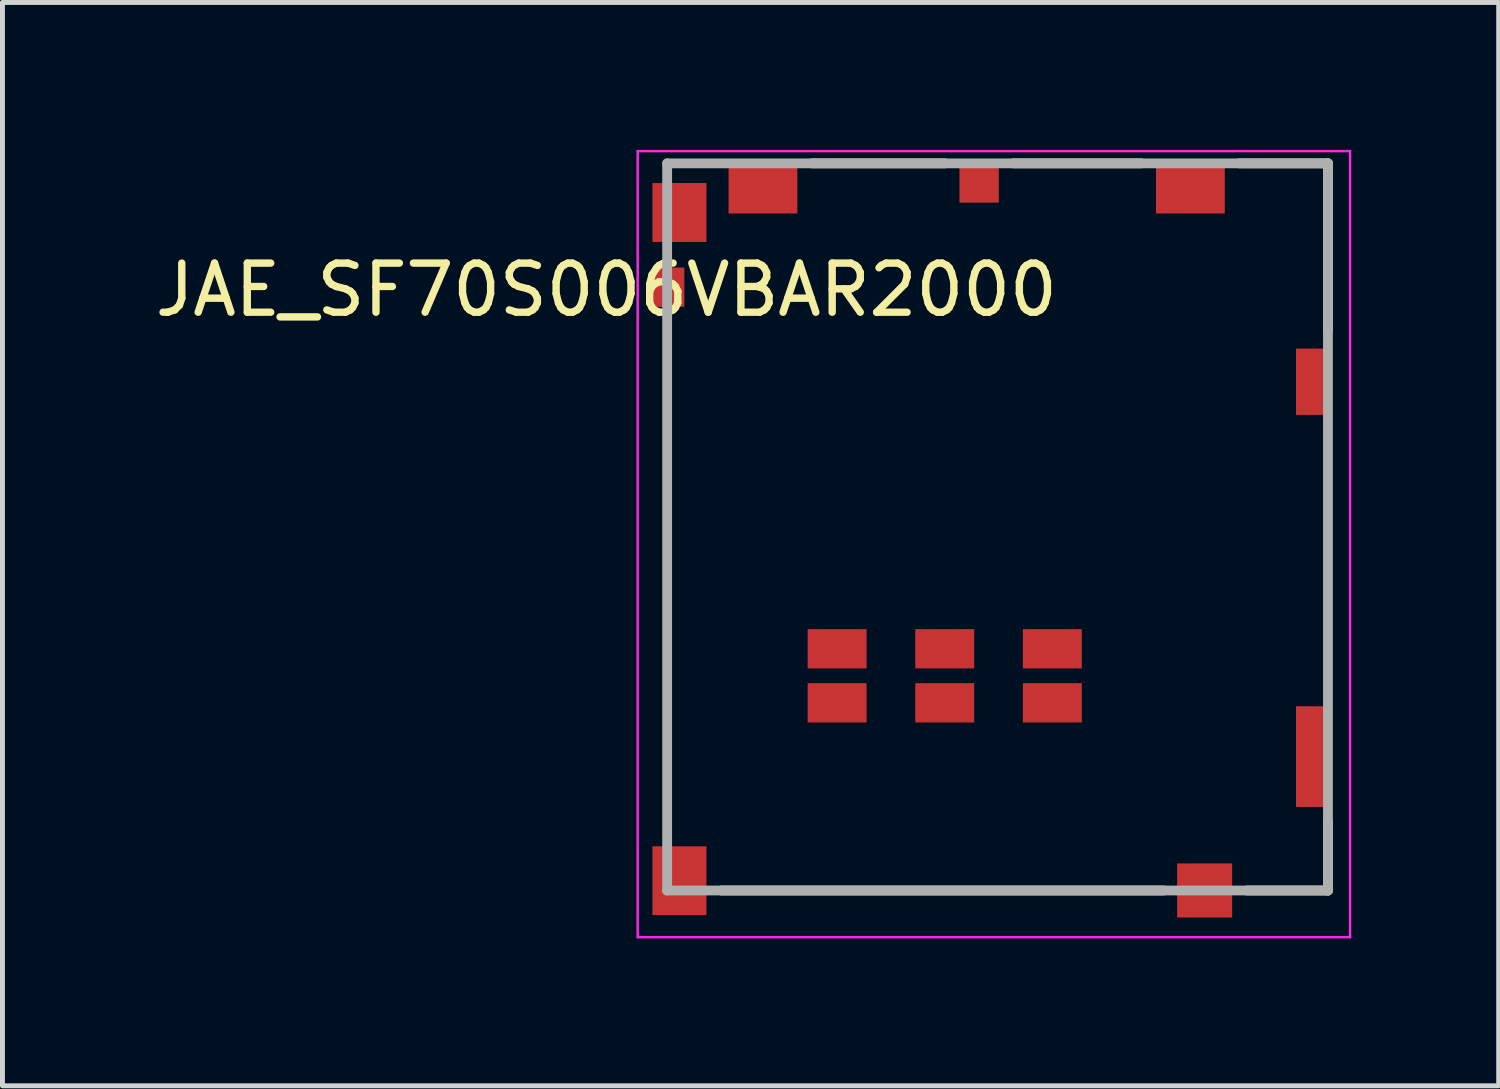
<source format=kicad_pcb>
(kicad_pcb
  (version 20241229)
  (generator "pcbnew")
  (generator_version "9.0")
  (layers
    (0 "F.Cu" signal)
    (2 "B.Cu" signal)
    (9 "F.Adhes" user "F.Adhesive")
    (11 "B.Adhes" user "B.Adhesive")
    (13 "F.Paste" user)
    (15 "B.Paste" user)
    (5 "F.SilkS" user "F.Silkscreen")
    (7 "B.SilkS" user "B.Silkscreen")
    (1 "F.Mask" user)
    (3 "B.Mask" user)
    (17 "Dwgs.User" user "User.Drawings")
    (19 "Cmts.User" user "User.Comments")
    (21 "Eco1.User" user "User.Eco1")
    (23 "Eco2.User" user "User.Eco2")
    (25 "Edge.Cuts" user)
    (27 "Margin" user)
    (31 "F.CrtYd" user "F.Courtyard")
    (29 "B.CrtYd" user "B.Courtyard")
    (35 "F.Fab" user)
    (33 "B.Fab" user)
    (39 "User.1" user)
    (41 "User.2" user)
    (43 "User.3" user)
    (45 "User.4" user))
  (footprint "JAE_SF70S006VBAR2000"
    (layer "F.Cu")
    (at 16.179 0.275)
    (property "Reference" "JAE_SF70S006VBAR2000" (at -6.886 2.575 180) (layer "F.SilkS") (effects (font (size 1 1) (thickness 0.15))))
    (attr smd)
    (fp_line (start -2.7 0) (end 0 0) (stroke (width 0.2) (type solid)) (layer "F.SilkS"))
    (fp_line (start 1.4 0) (end 4 0) (stroke (width 0.2) (type solid)) (layer "F.SilkS"))
    (fp_line (start 4.45 14.8) (end -4.55 14.8) (stroke (width 0.2) (type solid)) (layer "F.SilkS"))
    (fp_line (start 6 0) (end 7.8 0) (stroke (width 0.2) (type solid)) (layer "F.SilkS"))
    (fp_line (start 7.8 0) (end 7.8 3.4) (stroke (width 0.2) (type solid)) (layer "F.SilkS"))
    (fp_line (start 7.8 13.4) (end 7.8 14.8) (stroke (width 0.2) (type solid)) (layer "F.SilkS"))
    (fp_line (start 7.8 14.8) (end 6.15 14.8) (stroke (width 0.2) (type solid)) (layer "F.SilkS"))
    (fp_line (start -6.25 -0.25) (end 8.25 -0.25) (stroke (width 0.05) (type solid)) (layer "F.CrtYd"))
    (fp_line (start -6.25 15.75) (end -6.25 -0.25) (stroke (width 0.05) (type solid)) (layer "F.CrtYd"))
    (fp_line (start 8.25 -0.25) (end 8.25 15.75) (stroke (width 0.05) (type solid)) (layer "F.CrtYd"))
    (fp_line (start 8.25 15.75) (end -6.25 15.75) (stroke (width 0.05) (type solid)) (layer "F.CrtYd"))
    (fp_line (start -5.65 0) (end 7.8 0) (stroke (width 0.2) (type solid)) (layer "F.Fab"))
    (fp_line (start -5.65 14.8) (end -5.65 0) (stroke (width 0.2) (type solid)) (layer "F.Fab"))
    (fp_line (start 7.8 0) (end 7.8 14.8) (stroke (width 0.2) (type solid)) (layer "F.Fab"))
    (fp_line (start 7.8 14.8) (end -5.65 14.8) (stroke (width 0.2) (type solid)) (layer "F.Fab"))
    (pad "C1" smd rect (at -2.19 9.88) (size 1.2 0.8) (layers "F.Cu" "F.Mask" "F.Paste"))
    (pad "C2" smd rect (at 0 9.88) (size 1.2 0.8) (layers "F.Cu" "F.Mask" "F.Paste"))
    (pad "C3" smd rect (at 2.19 9.88) (size 1.2 0.8) (layers "F.Cu" "F.Mask" "F.Paste"))
    (pad "C5" smd rect (at -2.19 10.98) (size 1.2 0.8) (layers "F.Cu" "F.Mask" "F.Paste"))
    (pad "C6" smd rect (at 0 10.98) (size 1.2 0.8) (layers "F.Cu" "F.Mask" "F.Paste"))
    (pad "C7" smd rect (at 2.19 10.98) (size 1.2 0.8) (layers "F.Cu" "F.Mask" "F.Paste"))
    (pad "DSW1" smd rect (at -5.625 2.52) (size 0.65 0.8) (layers "F.Cu" "F.Mask" "F.Paste"))
    (pad "DSW2" smd rect (at 0.7 0.4) (size 0.8 0.8) (layers "F.Cu" "F.Mask" "F.Paste"))
    (pad "HD1" smd rect (at -5.4 14.6) (size 1.1 1.4) (layers "F.Cu" "F.Mask" "F.Paste"))
    (pad "HD2" smd rect (at -5.4 1) (size 1.1 1.2) (layers "F.Cu" "F.Mask" "F.Paste"))
    (pad "HD3" smd rect (at -3.7 0.51) (size 1.4 1.02) (layers "F.Cu" "F.Mask" "F.Paste"))
    (pad "HD4" smd rect (at 5 0.51) (size 1.4 1.02) (layers "F.Cu" "F.Mask" "F.Paste"))
    (pad "HD5" smd rect (at 7.5 4.445) (size 0.7 1.35) (layers "F.Cu" "F.Mask" "F.Paste"))
    (pad "HD6" smd rect (at 7.5 12.075) (size 0.7 2.05) (layers "F.Cu" "F.Mask" "F.Paste"))
    (pad "HD7" smd rect (at 5.29 14.8) (size 1.12 1.1) (layers "F.Cu" "F.Mask" "F.Paste"))
    (zone (net_name "") (layer "F.Cu") (hatch full 0.508) (connect_pads) (min_thickness 0.01) (filled_areas_thickness no) (keepout (tracks not_allowed) (vias not_allowed) (pads not_allowed) (copperpour not_allowed) (footprints allowed)) (placement (enabled no)) (fill) (polygon (pts (xy 12.373 11.655) (xy 19.979 11.655) (xy 19.979 15.18) (xy 12.373 15.18))))
    (zone (net_name "") (layer "F.Cu") (hatch full 0.508) (connect_pads) (min_thickness 0.01) (filled_areas_thickness no) (keepout (tracks not_allowed) (vias not_allowed) (pads not_allowed) (copperpour not_allowed) (footprints allowed)) (placement (enabled no)) (fill) (polygon (pts (xy 12.729 1.295) (xy 13.179 1.295) (xy 13.179 3.575) (xy 12.729 3.575))))
    (zone (net_name "") (layer "F.Cu") (hatch full 0.508) (connect_pads) (min_thickness 0.01) (filled_areas_thickness no) (keepout (tracks not_allowed) (vias not_allowed) (pads not_allowed) (copperpour not_allowed) (footprints allowed)) (placement (enabled no)) (fill) (polygon (pts (xy 12.924 4.755) (xy 19.429 4.755) (xy 19.429 9.769) (xy 12.924 9.769))))
    (zone (net_name "") (layer "F.Cu") (hatch full 0.508) (connect_pads) (min_thickness 0.01) (filled_areas_thickness no) (keepout (tracks not_allowed) (vias not_allowed) (pads not_allowed) (copperpour not_allowed) (footprints allowed)) (placement (enabled no)) (fill) (polygon (pts (xy 13.174 1.075) (xy 14.229 1.075) (xy 14.229 3.581) (xy 13.174 3.581))))
    (zone (net_name "") (layers "F.Cu" "B.Cu") (hatch full 0.508) (connect_pads) (min_thickness 0.01) (filled_areas_thickness no) (keepout (tracks allowed) (vias not_allowed) (pads allowed) (copperpour allowed) (footprints allowed)) (placement (enabled no)) (fill) (polygon (pts (xy 12.375 11.655) (xy 19.979 11.655) (xy 19.979 15.173) (xy 12.375 15.173))))
    (zone (net_name "") (layers "F.Cu" "B.Cu") (hatch full 0.508) (connect_pads) (min_thickness 0.01) (filled_areas_thickness no) (keepout (tracks allowed) (vias not_allowed) (pads allowed) (copperpour allowed) (footprints allowed)) (placement (enabled no)) (fill) (polygon (pts (xy 12.724 1.295) (xy 13.179 1.295) (xy 13.179 3.58) (xy 12.724 3.58))))
    (zone (net_name "") (layers "F.Cu" "B.Cu") (hatch full 0.508) (connect_pads) (min_thickness 0.01) (filled_areas_thickness no) (keepout (tracks allowed) (vias not_allowed) (pads allowed) (copperpour allowed) (footprints allowed)) (placement (enabled no)) (fill) (polygon (pts (xy 12.923 4.755) (xy 19.429 4.755) (xy 19.429 9.774) (xy 12.923 9.774))))
    (zone (net_name "") (layers "F.Cu" "B.Cu") (hatch full 0.508) (connect_pads) (min_thickness 0.01) (filled_areas_thickness no) (keepout (tracks allowed) (vias not_allowed) (pads allowed) (copperpour allowed) (footprints allowed)) (placement (enabled no)) (fill) (polygon (pts (xy 13.174 1.075) (xy 14.229 1.075) (xy 14.229 3.581) (xy 13.174 3.581))))
    (zone (net_name "") (layer "B.Cu") (hatch full 0.508) (connect_pads) (min_thickness 0.01) (filled_areas_thickness no) (keepout (tracks not_allowed) (vias not_allowed) (pads not_allowed) (copperpour not_allowed) (footprints allowed)) (placement (enabled no)) (fill) (polygon (pts (xy 12.373 11.655) (xy 19.979 11.655) (xy 19.979 15.178) (xy 12.373 15.178))))
    (zone (net_name "") (layer "B.Cu") (hatch full 0.508) (connect_pads) (min_thickness 0.01) (filled_areas_thickness no) (keepout (tracks not_allowed) (vias not_allowed) (pads not_allowed) (copperpour not_allowed) (footprints allowed)) (placement (enabled no)) (fill) (polygon (pts (xy 12.728 1.295) (xy 13.179 1.295) (xy 13.179 3.576) (xy 12.728 3.576))))
    (zone (net_name "") (layer "B.Cu") (hatch full 0.508) (connect_pads) (min_thickness 0.01) (filled_areas_thickness no) (keepout (tracks not_allowed) (vias not_allowed) (pads not_allowed) (copperpour not_allowed) (footprints allowed)) (placement (enabled no)) (fill) (polygon (pts (xy 12.929 4.755) (xy 19.429 4.755) (xy 19.429 9.755) (xy 12.929 9.755))))
    (zone (net_name "") (layer "B.Cu") (hatch full 0.508) (connect_pads) (min_thickness 0.01) (filled_areas_thickness no) (keepout (tracks not_allowed) (vias not_allowed) (pads not_allowed) (copperpour not_allowed) (footprints allowed)) (placement (enabled no)) (fill) (polygon (pts (xy 13.177 1.075) (xy 14.229 1.075) (xy 14.229 3.577) (xy 13.177 3.577)))))
  (gr_rect
    (start -3 -3)
    (end 27.454 19.05)
    (stroke (width 0.1) (type default))
    (fill no)
    (layer "Edge.Cuts")))
</source>
